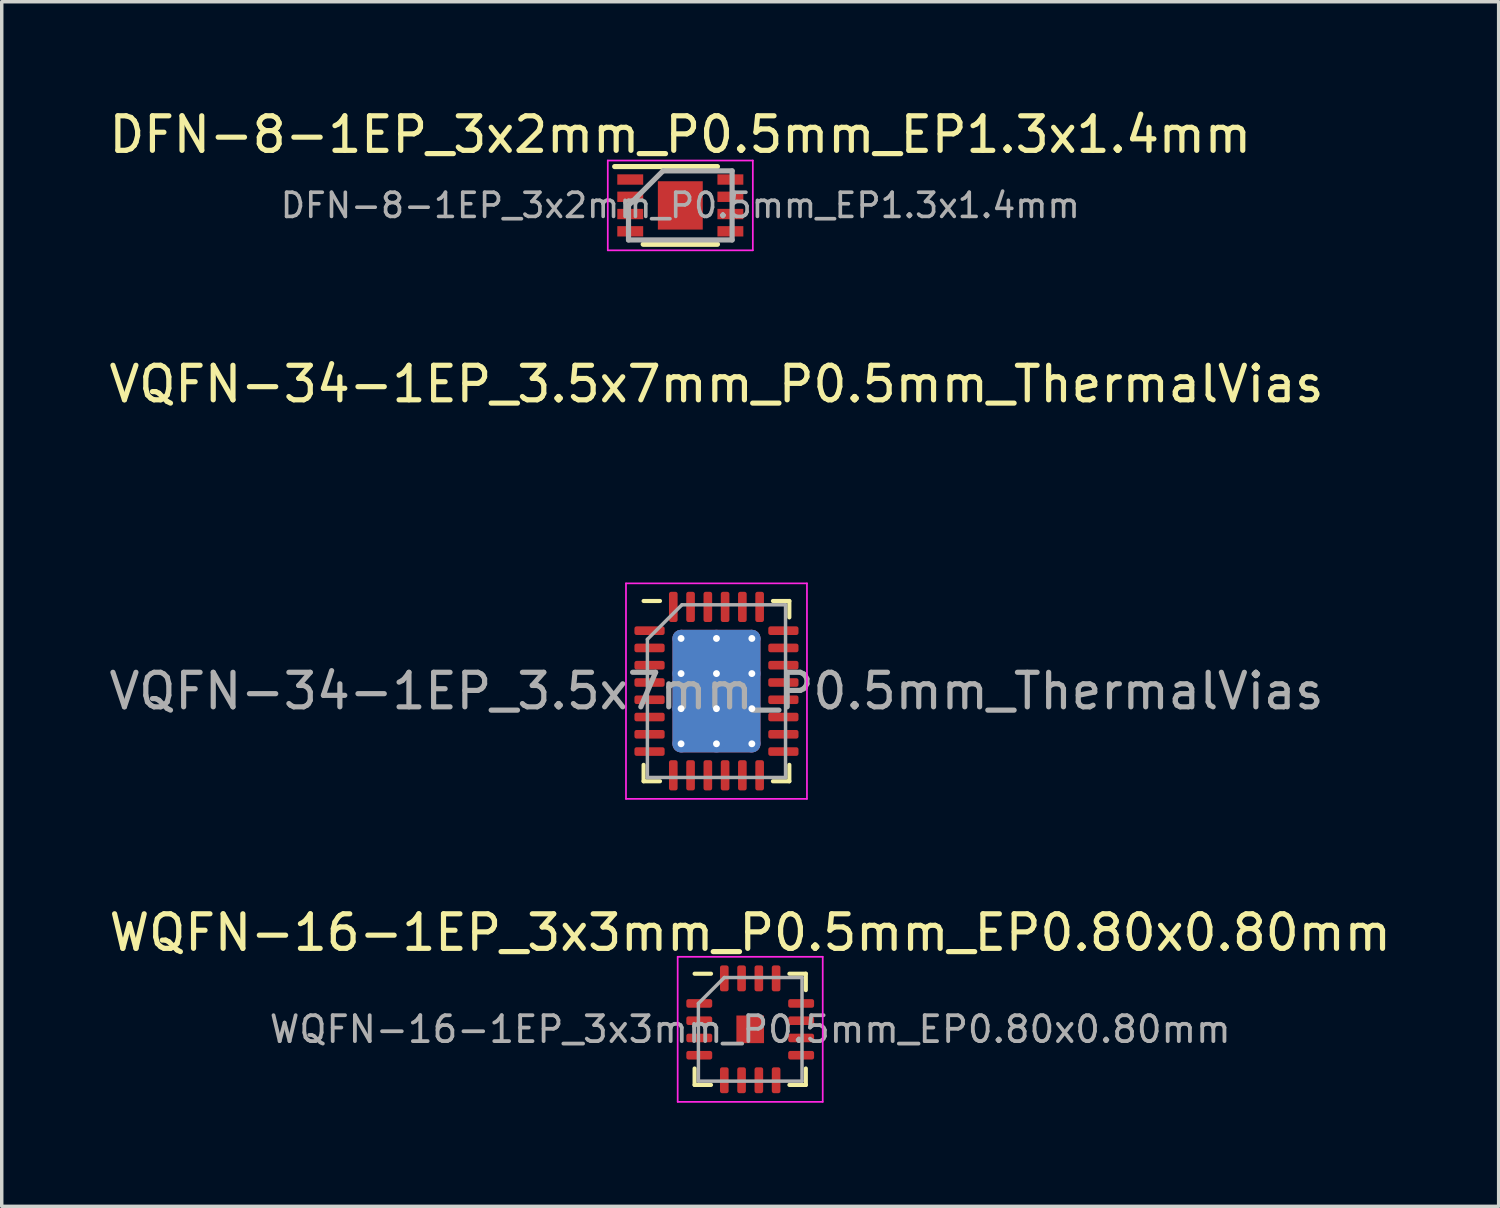
<source format=kicad_pcb>
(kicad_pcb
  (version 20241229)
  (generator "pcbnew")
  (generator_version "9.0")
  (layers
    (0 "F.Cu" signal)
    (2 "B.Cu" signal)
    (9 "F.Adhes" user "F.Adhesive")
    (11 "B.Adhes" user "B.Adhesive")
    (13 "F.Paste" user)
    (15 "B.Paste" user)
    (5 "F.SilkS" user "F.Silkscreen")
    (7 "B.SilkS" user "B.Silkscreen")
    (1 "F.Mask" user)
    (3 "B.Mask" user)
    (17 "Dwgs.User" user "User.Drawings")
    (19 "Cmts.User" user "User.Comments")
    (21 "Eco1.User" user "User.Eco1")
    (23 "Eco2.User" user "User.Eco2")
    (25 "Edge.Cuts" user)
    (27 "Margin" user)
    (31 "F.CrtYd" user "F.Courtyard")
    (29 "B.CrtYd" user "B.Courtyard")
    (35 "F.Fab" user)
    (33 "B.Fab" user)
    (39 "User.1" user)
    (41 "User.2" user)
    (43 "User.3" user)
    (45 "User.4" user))
  (footprint "VQFN-34-1EP_3.5x7mm_P0.5mm_ThermalVias"
    (layer "F.Cu")
    (at 17.696 16.962)
    (property "Reference" "VQFN-34-1EP_3.5x7mm_P0.5mm_ThermalVias" (at 0 -8.89 0) (layer "F.SilkS") (effects (font (size 1 1) (thickness 0.15))))
    (attr smd)
    (fp_line (start -2.11 2.61) (end -2.11 2.135) (stroke (width 0.12) (type solid)) (layer "F.SilkS"))
    (fp_line (start -1.635 -2.61) (end -2.11 -2.61) (stroke (width 0.12) (type solid)) (layer "F.SilkS"))
    (fp_line (start -1.635 2.61) (end -2.11 2.61) (stroke (width 0.12) (type solid)) (layer "F.SilkS"))
    (fp_line (start 1.635 -2.61) (end 2.11 -2.61) (stroke (width 0.12) (type solid)) (layer "F.SilkS"))
    (fp_line (start 1.635 2.61) (end 2.11 2.61) (stroke (width 0.12) (type solid)) (layer "F.SilkS"))
    (fp_line (start 2.11 -2.61) (end 2.11 -2.135) (stroke (width 0.12) (type solid)) (layer "F.SilkS"))
    (fp_line (start 2.11 2.61) (end 2.11 2.135) (stroke (width 0.12) (type solid)) (layer "F.SilkS"))
    (fp_line (start -2.62 -3.12) (end -2.62 3.12) (stroke (width 0.05) (type solid)) (layer "F.CrtYd"))
    (fp_line (start -2.62 3.12) (end 2.62 3.12) (stroke (width 0.05) (type solid)) (layer "F.CrtYd"))
    (fp_line (start 2.62 -3.12) (end -2.62 -3.12) (stroke (width 0.05) (type solid)) (layer "F.CrtYd"))
    (fp_line (start 2.62 3.12) (end 2.62 -3.12) (stroke (width 0.05) (type solid)) (layer "F.CrtYd"))
    (fp_line (start -2 -1.5) (end -1 -2.5) (stroke (width 0.1) (type solid)) (layer "F.Fab"))
    (fp_line (start -2 2.5) (end -2 -1.5) (stroke (width 0.1) (type solid)) (layer "F.Fab"))
    (fp_line (start -1 -2.5) (end 2 -2.5) (stroke (width 0.1) (type solid)) (layer "F.Fab"))
    (fp_line (start 2 -2.5) (end 2 2.5) (stroke (width 0.1) (type solid)) (layer "F.Fab"))
    (fp_line (start 2 2.5) (end -2 2.5) (stroke (width 0.1) (type solid)) (layer "F.Fab"))
    (fp_text user "${REFERENCE}" (at 0 0 0) (layer "F.Fab") (effects (font (size 1 1) (thickness 0.15))))
    (pad "" smd roundrect (at -0.635 -1.18) (size 1.03 0.95) (layers "F.Paste") (roundrect_rratio 0.25))
    (pad "" smd roundrect (at -0.635 0) (size 1.03 0.95) (layers "F.Paste") (roundrect_rratio 0.25))
    (pad "" smd roundrect (at -0.635 1.18) (size 1.03 0.95) (layers "F.Paste") (roundrect_rratio 0.25))
    (pad "" smd roundrect (at 0.635 -1.18) (size 1.03 0.95) (layers "F.Paste") (roundrect_rratio 0.25))
    (pad "" smd roundrect (at 0.635 0) (size 1.03 0.95) (layers "F.Paste") (roundrect_rratio 0.25))
    (pad "" smd roundrect (at 0.635 1.18) (size 1.03 0.95) (layers "F.Paste") (roundrect_rratio 0.25))
    (pad "1" smd roundrect (at -1.938 -1.75) (size 0.875 0.25) (layers "F.Cu" "F.Mask" "F.Paste") (roundrect_rratio 0.25))
    (pad "2" smd roundrect (at -1.938 -1.25) (size 0.875 0.25) (layers "F.Cu" "F.Mask" "F.Paste") (roundrect_rratio 0.25))
    (pad "3" smd roundrect (at -1.938 -0.75) (size 0.875 0.25) (layers "F.Cu" "F.Mask" "F.Paste") (roundrect_rratio 0.25))
    (pad "4" smd roundrect (at -1.938 -0.25) (size 0.875 0.25) (layers "F.Cu" "F.Mask" "F.Paste") (roundrect_rratio 0.25))
    (pad "5" smd roundrect (at -1.938 0.25) (size 0.875 0.25) (layers "F.Cu" "F.Mask" "F.Paste") (roundrect_rratio 0.25))
    (pad "6" smd roundrect (at -1.938 0.75) (size 0.875 0.25) (layers "F.Cu" "F.Mask" "F.Paste") (roundrect_rratio 0.25))
    (pad "7" smd roundrect (at -1.938 1.25) (size 0.875 0.25) (layers "F.Cu" "F.Mask" "F.Paste") (roundrect_rratio 0.25))
    (pad "8" smd roundrect (at -1.938 1.75) (size 0.875 0.25) (layers "F.Cu" "F.Mask" "F.Paste") (roundrect_rratio 0.25))
    (pad "9" smd roundrect (at -1.25 2.438) (size 0.25 0.875) (layers "F.Cu" "F.Mask" "F.Paste") (roundrect_rratio 0.25))
    (pad "10" smd roundrect (at -0.75 2.438) (size 0.25 0.875) (layers "F.Cu" "F.Mask" "F.Paste") (roundrect_rratio 0.25))
    (pad "11" smd roundrect (at -0.25 2.438) (size 0.25 0.875) (layers "F.Cu" "F.Mask" "F.Paste") (roundrect_rratio 0.25))
    (pad "12" smd roundrect (at 0.25 2.438) (size 0.25 0.875) (layers "F.Cu" "F.Mask" "F.Paste") (roundrect_rratio 0.25))
    (pad "13" smd roundrect (at 0.75 2.438) (size 0.25 0.875) (layers "F.Cu" "F.Mask" "F.Paste") (roundrect_rratio 0.25))
    (pad "14" smd roundrect (at 1.25 2.438) (size 0.25 0.875) (layers "F.Cu" "F.Mask" "F.Paste") (roundrect_rratio 0.25))
    (pad "15" smd roundrect (at 1.938 1.75) (size 0.875 0.25) (layers "F.Cu" "F.Mask" "F.Paste") (roundrect_rratio 0.25))
    (pad "16" smd roundrect (at 1.938 1.25) (size 0.875 0.25) (layers "F.Cu" "F.Mask" "F.Paste") (roundrect_rratio 0.25))
    (pad "17" smd roundrect (at 1.938 0.75) (size 0.875 0.25) (layers "F.Cu" "F.Mask" "F.Paste") (roundrect_rratio 0.25))
    (pad "18" smd roundrect (at 1.938 0.25) (size 0.875 0.25) (layers "F.Cu" "F.Mask" "F.Paste") (roundrect_rratio 0.25))
    (pad "19" smd roundrect (at 1.938 -0.25) (size 0.875 0.25) (layers "F.Cu" "F.Mask" "F.Paste") (roundrect_rratio 0.25))
    (pad "20" smd roundrect (at 1.938 -0.75) (size 0.875 0.25) (layers "F.Cu" "F.Mask" "F.Paste") (roundrect_rratio 0.25))
    (pad "21" smd roundrect (at 1.938 -1.25) (size 0.875 0.25) (layers "F.Cu" "F.Mask" "F.Paste") (roundrect_rratio 0.25))
    (pad "22" smd roundrect (at 1.938 -1.75) (size 0.875 0.25) (layers "F.Cu" "F.Mask" "F.Paste") (roundrect_rratio 0.25))
    (pad "23" smd roundrect (at 1.25 -2.438) (size 0.25 0.875) (layers "F.Cu" "F.Mask" "F.Paste") (roundrect_rratio 0.25))
    (pad "24" smd roundrect (at 0.75 -2.438) (size 0.25 0.875) (layers "F.Cu" "F.Mask" "F.Paste") (roundrect_rratio 0.25))
    (pad "25" smd roundrect (at 0.25 -2.438) (size 0.25 0.875) (layers "F.Cu" "F.Mask" "F.Paste") (roundrect_rratio 0.25))
    (pad "26" smd roundrect (at -0.25 -2.438) (size 0.25 0.875) (layers "F.Cu" "F.Mask" "F.Paste") (roundrect_rratio 0.25))
    (pad "27" smd roundrect (at -0.75 -2.438) (size 0.25 0.875) (layers "F.Cu" "F.Mask" "F.Paste") (roundrect_rratio 0.25))
    (pad "28" smd roundrect (at -1.25 -2.438) (size 0.25 0.875) (layers "F.Cu" "F.Mask" "F.Paste") (roundrect_rratio 0.25))
    (pad "29" thru_hole circle (at -1.025 -1.525) (size 0.5 0.5) (drill 0.2) (layers "*.Cu"))
    (pad "29" thru_hole circle (at -1.025 -0.508) (size 0.5 0.5) (drill 0.2) (layers "*.Cu"))
    (pad "29" thru_hole circle (at -1.025 0.508) (size 0.5 0.5) (drill 0.2) (layers "*.Cu"))
    (pad "29" thru_hole circle (at -1.025 1.525) (size 0.5 0.5) (drill 0.2) (layers "*.Cu"))
    (pad "29" thru_hole circle (at 0 -1.525) (size 0.5 0.5) (drill 0.2) (layers "*.Cu"))
    (pad "29" thru_hole circle (at 0 -0.508) (size 0.5 0.5) (drill 0.2) (layers "*.Cu"))
    (pad "29" smd roundrect (at 0 0) (size 2.55 3.55) (layers "F.Cu" "F.Mask") (roundrect_rratio 0.098))
    (pad "29" smd roundrect (at 0 0) (size 2.55 3.55) (layers "B.Cu") (roundrect_rratio 0.098))
    (pad "29" thru_hole circle (at 0 0.508) (size 0.5 0.5) (drill 0.2) (layers "*.Cu"))
    (pad "29" thru_hole circle (at 0 1.525) (size 0.5 0.5) (drill 0.2) (layers "*.Cu"))
    (pad "29" thru_hole circle (at 1.025 -1.525) (size 0.5 0.5) (drill 0.2) (layers "*.Cu"))
    (pad "29" thru_hole circle (at 1.025 -0.508) (size 0.5 0.5) (drill 0.2) (layers "*.Cu"))
    (pad "29" thru_hole circle (at 1.025 0.508) (size 0.5 0.5) (drill 0.2) (layers "*.Cu"))
    (pad "29" thru_hole circle (at 1.025 1.525) (size 0.5 0.5) (drill 0.2) (layers "*.Cu")))
  (footprint "WQFN-16-1EP_3x3mm_P0.5mm_EP0.80x0.80mm"
    (layer "F.Cu")
    (at 18.673 26.755)
    (property "Reference" "WQFN-16-1EP_3x3mm_P0.5mm_EP0.80x0.80mm" (at 0 -2.8 0) (layer "F.SilkS") (effects (font (size 1 1) (thickness 0.15))))
    (attr smd)
    (fp_line (start -1.61 1.61) (end -1.61 1.135) (stroke (width 0.12) (type solid)) (layer "F.SilkS"))
    (fp_line (start -1.135 -1.61) (end -1.61 -1.61) (stroke (width 0.12) (type solid)) (layer "F.SilkS"))
    (fp_line (start -1.135 1.61) (end -1.61 1.61) (stroke (width 0.12) (type solid)) (layer "F.SilkS"))
    (fp_line (start 1.135 -1.61) (end 1.61 -1.61) (stroke (width 0.12) (type solid)) (layer "F.SilkS"))
    (fp_line (start 1.135 1.61) (end 1.61 1.61) (stroke (width 0.12) (type solid)) (layer "F.SilkS"))
    (fp_line (start 1.61 -1.61) (end 1.61 -1.135) (stroke (width 0.12) (type solid)) (layer "F.SilkS"))
    (fp_line (start 1.61 1.61) (end 1.61 1.135) (stroke (width 0.12) (type solid)) (layer "F.SilkS"))
    (fp_line (start -2.1 -2.1) (end -2.1 2.1) (stroke (width 0.05) (type solid)) (layer "F.CrtYd"))
    (fp_line (start -2.1 2.1) (end 2.1 2.1) (stroke (width 0.05) (type solid)) (layer "F.CrtYd"))
    (fp_line (start 2.1 -2.1) (end -2.1 -2.1) (stroke (width 0.05) (type solid)) (layer "F.CrtYd"))
    (fp_line (start 2.1 2.1) (end 2.1 -2.1) (stroke (width 0.05) (type solid)) (layer "F.CrtYd"))
    (fp_line (start -1.5 -0.75) (end -0.75 -1.5) (stroke (width 0.1) (type solid)) (layer "F.Fab"))
    (fp_line (start -1.5 1.5) (end -1.5 -0.75) (stroke (width 0.1) (type solid)) (layer "F.Fab"))
    (fp_line (start -0.75 -1.5) (end 1.5 -1.5) (stroke (width 0.1) (type solid)) (layer "F.Fab"))
    (fp_line (start 1.5 -1.5) (end 1.5 1.5) (stroke (width 0.1) (type solid)) (layer "F.Fab"))
    (fp_line (start 1.5 1.5) (end -1.5 1.5) (stroke (width 0.1) (type solid)) (layer "F.Fab"))
    (fp_text user "${REFERENCE}" (at 0 0 0) (layer "F.Fab") (effects (font (size 0.75 0.75) (thickness 0.11))))
    (pad "1" smd roundrect (at -1.475 -0.75) (size 0.75 0.25) (layers "F.Cu" "F.Mask" "F.Paste") (roundrect_rratio 0.25))
    (pad "2" smd roundrect (at -1.475 -0.25) (size 0.75 0.25) (layers "F.Cu" "F.Mask" "F.Paste") (roundrect_rratio 0.25))
    (pad "3" smd roundrect (at -1.475 0.25) (size 0.75 0.25) (layers "F.Cu" "F.Mask" "F.Paste") (roundrect_rratio 0.25))
    (pad "4" smd roundrect (at -1.475 0.75) (size 0.75 0.25) (layers "F.Cu" "F.Mask" "F.Paste") (roundrect_rratio 0.25))
    (pad "5" smd roundrect (at -0.75 1.475) (size 0.25 0.75) (layers "F.Cu" "F.Mask" "F.Paste") (roundrect_rratio 0.25))
    (pad "6" smd roundrect (at -0.25 1.475) (size 0.25 0.75) (layers "F.Cu" "F.Mask" "F.Paste") (roundrect_rratio 0.25))
    (pad "7" smd roundrect (at 0.25 1.475) (size 0.25 0.75) (layers "F.Cu" "F.Mask" "F.Paste") (roundrect_rratio 0.25))
    (pad "8" smd roundrect (at 0.75 1.475) (size 0.25 0.75) (layers "F.Cu" "F.Mask" "F.Paste") (roundrect_rratio 0.25))
    (pad "9" smd roundrect (at 1.475 0.75) (size 0.75 0.25) (layers "F.Cu" "F.Mask" "F.Paste") (roundrect_rratio 0.25))
    (pad "10" smd roundrect (at 1.475 0.25) (size 0.75 0.25) (layers "F.Cu" "F.Mask" "F.Paste") (roundrect_rratio 0.25))
    (pad "11" smd roundrect (at 1.475 -0.25) (size 0.75 0.25) (layers "F.Cu" "F.Mask" "F.Paste") (roundrect_rratio 0.25))
    (pad "12" smd roundrect (at 1.475 -0.75) (size 0.75 0.25) (layers "F.Cu" "F.Mask" "F.Paste") (roundrect_rratio 0.25))
    (pad "13" smd roundrect (at 0.75 -1.475) (size 0.25 0.75) (layers "F.Cu" "F.Mask" "F.Paste") (roundrect_rratio 0.25))
    (pad "14" smd roundrect (at 0.25 -1.475) (size 0.25 0.75) (layers "F.Cu" "F.Mask" "F.Paste") (roundrect_rratio 0.25))
    (pad "15" smd roundrect (at -0.25 -1.475) (size 0.25 0.75) (layers "F.Cu" "F.Mask" "F.Paste") (roundrect_rratio 0.25))
    (pad "16" smd roundrect (at -0.75 -1.475) (size 0.25 0.75) (layers "F.Cu" "F.Mask" "F.Paste") (roundrect_rratio 0.25))
    (pad "17" smd custom (at 0 0) (size 0.8 0.8) (layers "F.Cu" "F.Mask" "F.Paste") (options (anchor rect)) (primitives)))
  (footprint "DFN-8-1EP_3x2mm_P0.5mm_EP1.3x1.4mm"
    (layer "F.Cu")
    (at 16.649 2.898)
    (property "Reference" "DFN-8-1EP_3x2mm_P0.5mm_EP1.3x1.4mm" (at 0 -2.05 0) (layer "F.SilkS") (effects (font (size 1 1) (thickness 0.15))))
    (attr smd)
    (fp_line (start -1.9 -1.125) (end 1.075 -1.125) (stroke (width 0.15) (type solid)) (layer "F.SilkS"))
    (fp_line (start -1.075 1.125) (end 1.075 1.125) (stroke (width 0.15) (type solid)) (layer "F.SilkS"))
    (fp_line (start -2.1 -1.3) (end -2.1 1.3) (stroke (width 0.05) (type solid)) (layer "F.CrtYd"))
    (fp_line (start -2.1 -1.3) (end 2.1 -1.3) (stroke (width 0.05) (type solid)) (layer "F.CrtYd"))
    (fp_line (start -2.1 1.3) (end 2.1 1.3) (stroke (width 0.05) (type solid)) (layer "F.CrtYd"))
    (fp_line (start 2.1 -1.3) (end 2.1 1.3) (stroke (width 0.05) (type solid)) (layer "F.CrtYd"))
    (fp_line (start -1.5 0) (end -0.5 -1) (stroke (width 0.15) (type solid)) (layer "F.Fab"))
    (fp_line (start -1.5 1) (end -1.5 0) (stroke (width 0.15) (type solid)) (layer "F.Fab"))
    (fp_line (start -0.5 -1) (end 1.5 -1) (stroke (width 0.15) (type solid)) (layer "F.Fab"))
    (fp_line (start 1.5 -1) (end 1.5 1) (stroke (width 0.15) (type solid)) (layer "F.Fab"))
    (fp_line (start 1.5 1) (end -1.5 1) (stroke (width 0.15) (type solid)) (layer "F.Fab"))
    (fp_text user "${REFERENCE}" (at 0 0 0) (layer "F.Fab") (effects (font (size 0.7 0.7) (thickness 0.105))))
    (pad "" smd rect (at -0.325 -0.35) (size 0.5 0.55) (layers "F.Paste"))
    (pad "" smd rect (at -0.325 0.35) (size 0.5 0.55) (layers "F.Paste"))
    (pad "" smd rect (at 0.325 -0.35) (size 0.5 0.55) (layers "F.Paste"))
    (pad "" smd rect (at 0.325 0.35) (size 0.5 0.55) (layers "F.Paste"))
    (pad "1" smd rect (at -1.45 -0.75) (size 0.75 0.3) (layers "F.Cu" "F.Mask" "F.Paste"))
    (pad "2" smd rect (at -1.45 -0.25) (size 0.75 0.3) (layers "F.Cu" "F.Mask" "F.Paste"))
    (pad "3" smd rect (at -1.45 0.25) (size 0.75 0.3) (layers "F.Cu" "F.Mask" "F.Paste"))
    (pad "4" smd rect (at -1.45 0.75) (size 0.75 0.3) (layers "F.Cu" "F.Mask" "F.Paste"))
    (pad "5" smd rect (at 1.45 0.75) (size 0.75 0.3) (layers "F.Cu" "F.Mask" "F.Paste"))
    (pad "6" smd rect (at 1.45 0.25) (size 0.75 0.3) (layers "F.Cu" "F.Mask" "F.Paste"))
    (pad "7" smd rect (at 1.45 -0.25) (size 0.75 0.3) (layers "F.Cu" "F.Mask" "F.Paste"))
    (pad "8" smd rect (at 1.45 -0.75) (size 0.75 0.3) (layers "F.Cu" "F.Mask" "F.Paste"))
    (pad "9" smd rect (at 0 0) (size 1.3 1.4) (layers "F.Cu" "F.Mask")))
  (gr_rect
    (start -3 -3)
    (end 40.345 31.88)
    (stroke (width 0.1) (type default))
    (fill no)
    (layer "Edge.Cuts")))
</source>
